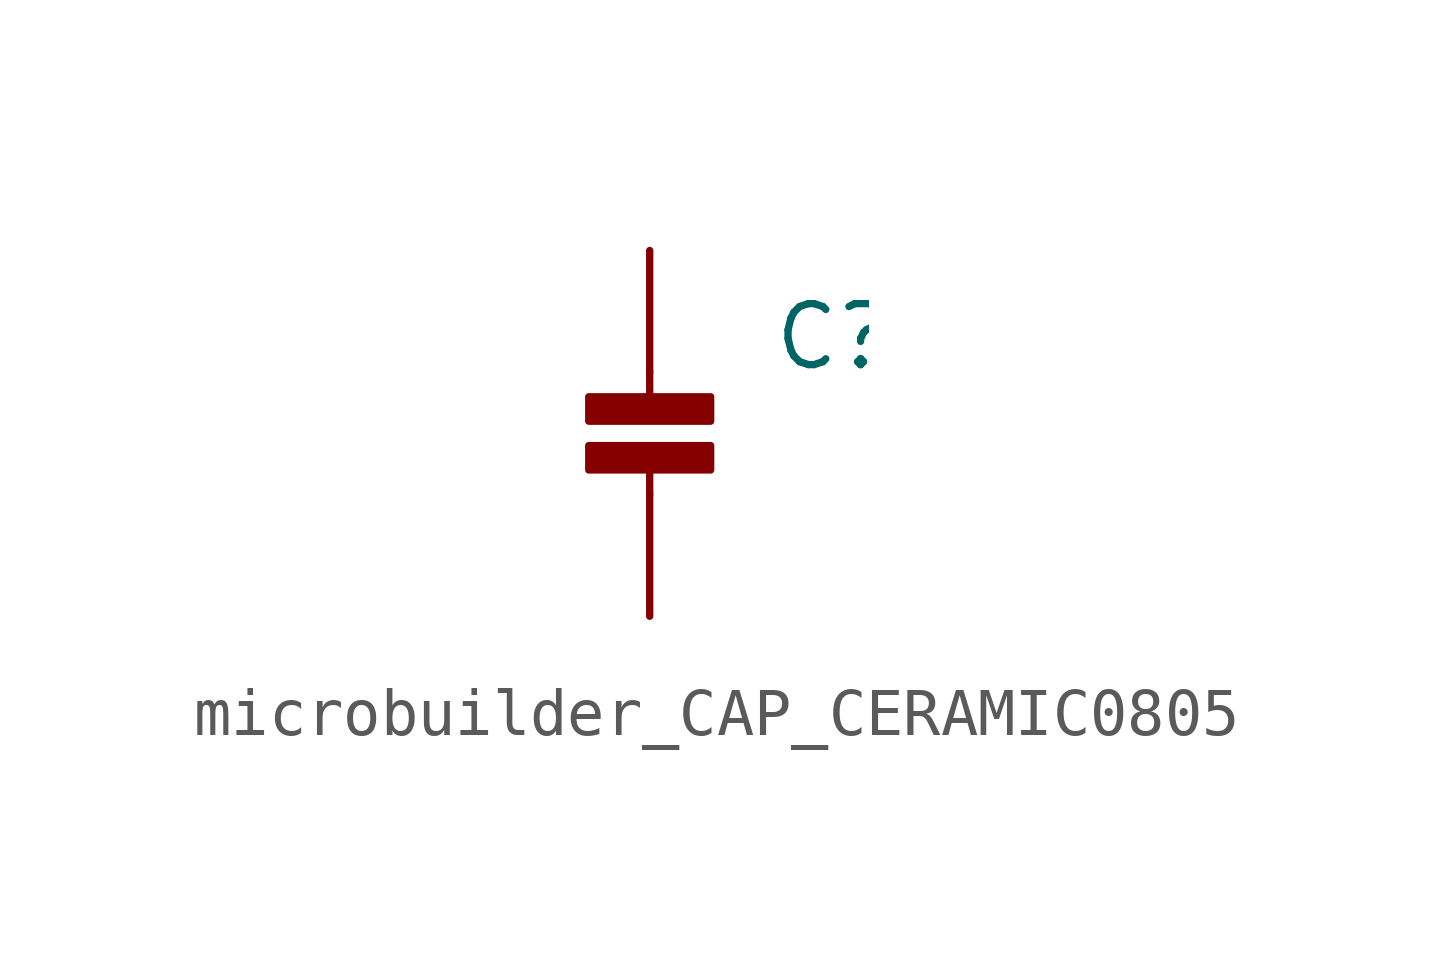
<source format=kicad_sym>
(kicad_symbol_lib
  (version 20220914)
  (generator kicad_symbol_editor)
  (symbol "microbuilder_CAP_CERAMIC0805"
    (property "Reference" "C"
      (at 2.54 2.54 0)
      (effects (font (size 1.27 1.27)) (justify left bottom)))
    (property "Value" ""
      (at 2.54 0 0)
      (effects (font (size 1.27 1.27)) (justify left bottom)))
    (property "ki_locked" ""
      (at 0 0 0)
      (effects (font (size 1.27 1.27))))
    (symbol "microbuilder_CAP_CERAMIC0805_1_0"
      (rectangle (start -1.27 0.508) (end 1.27 1.016) (stroke (width 0) (type default)) (fill (type outline)))
      (rectangle (start -1.27 1.524) (end 1.27 2.032) (stroke (width 0) (type default)) (fill (type outline)))
      (polyline (pts (xy 0 0.762) (xy 0 0)) (stroke (width 0.152) (type solid)) (fill (type none)))
      (polyline (pts (xy 0 2.54) (xy 0 1.778)) (stroke (width 0.152) (type solid)) (fill (type none)))
      (pin passive line (at 0 5.08 270) (length 2.54) (name "P$1" (effects (font (size 0 0)))) (number "1" (effects (font (size 0 0)))))
      (pin passive line (at 0 -2.54 90) (length 2.54) (name "P$2" (effects (font (size 0 0)))) (number "2" (effects (font (size 0 0))))))))
</source>
